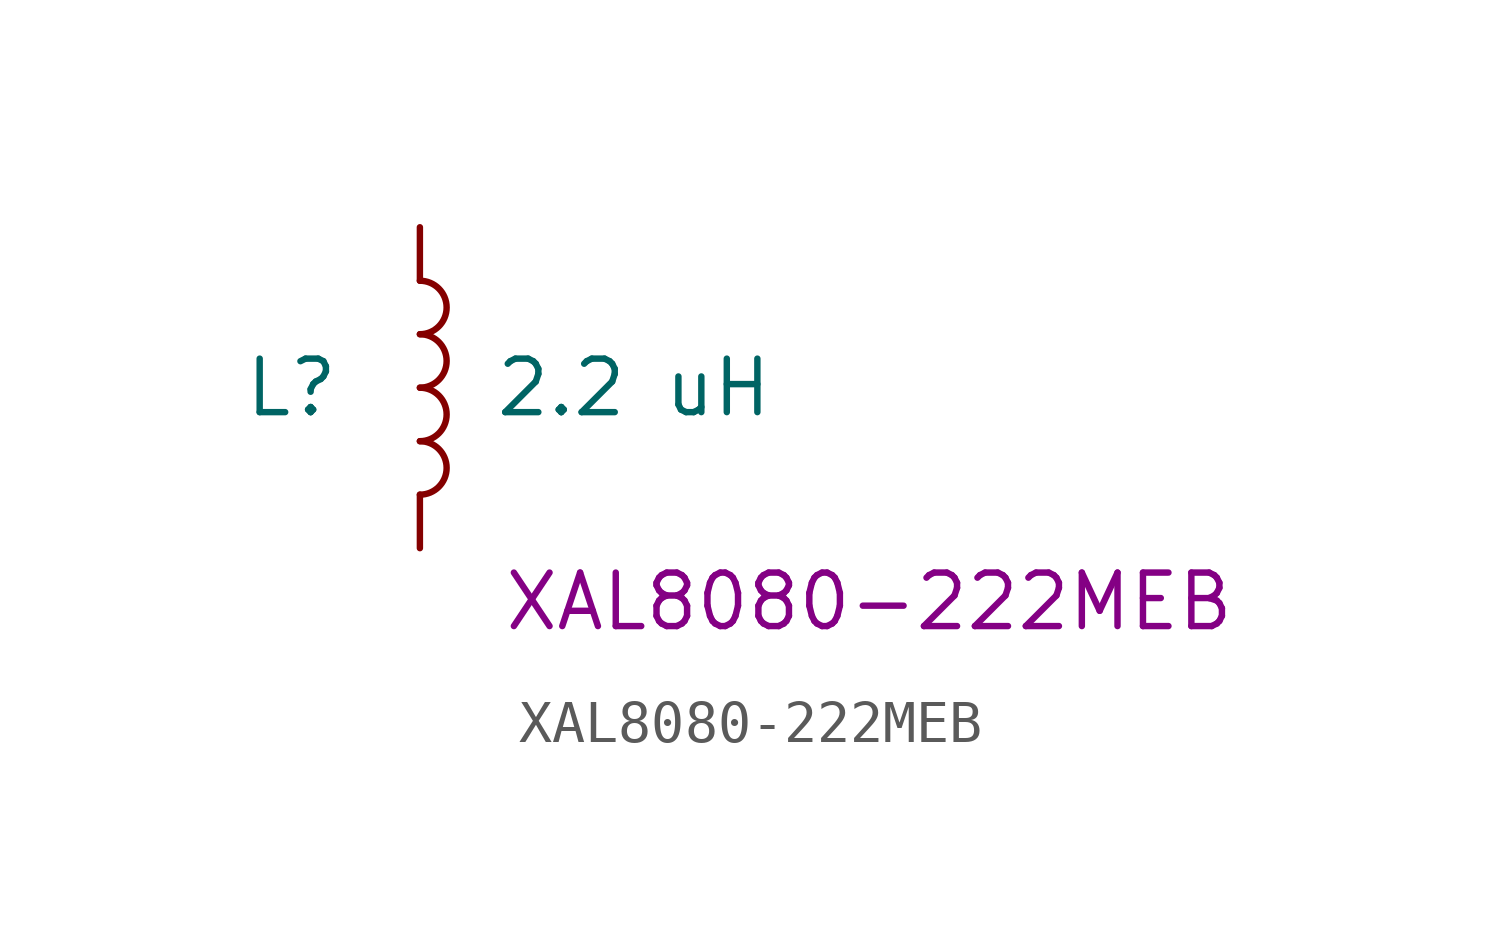
<source format=kicad_sym>
(kicad_symbol_lib
  (version 20220914)
  (generator kicad_symbol_editor)
  (symbol "XAL8080-222MEB"
    (pin_numbers hide)
    (pin_names hide)
    (property "Reference" "L"
      (at -3.048 0 0)
      (effects (font (size 1.27 1.27))))
    (property "Value" "2.2 uH"
      (at 5.08 0 0)
      (effects (font (size 1.27 1.27))))
    (property "Part number" "XAL8080-222MEB"
      (at 10.668 -5.08 0)
      (effects (font (size 1.27 1.27))))
    (symbol "XAL8080-222MEB_0_1"
      (arc (start 0 -2.54) (mid 0.6323 -1.905) (end 0 -1.27) (stroke (width 0) (type default)) (fill (type none)))
      (arc (start 0 -1.27) (mid 0.6323 -0.635) (end 0 0) (stroke (width 0) (type default)) (fill (type none)))
      (arc (start 0 0) (mid 0.6323 0.635) (end 0 1.27) (stroke (width 0) (type default)) (fill (type none)))
      (arc (start 0 1.27) (mid 0.6323 1.905) (end 0 2.54) (stroke (width 0) (type default)) (fill (type none))))
    (symbol "XAL8080-222MEB_1_1"
      (pin passive line (at 0 3.81 270) (length 1.27) (name "1" (effects (font (size 1.27 1.27)))) (number "1" (effects (font (size 1.27 1.27)))))
      (pin passive line (at 0 -3.81 90) (length 1.27) (name "2" (effects (font (size 1.27 1.27)))) (number "2" (effects (font (size 1.27 1.27))))))))
</source>
